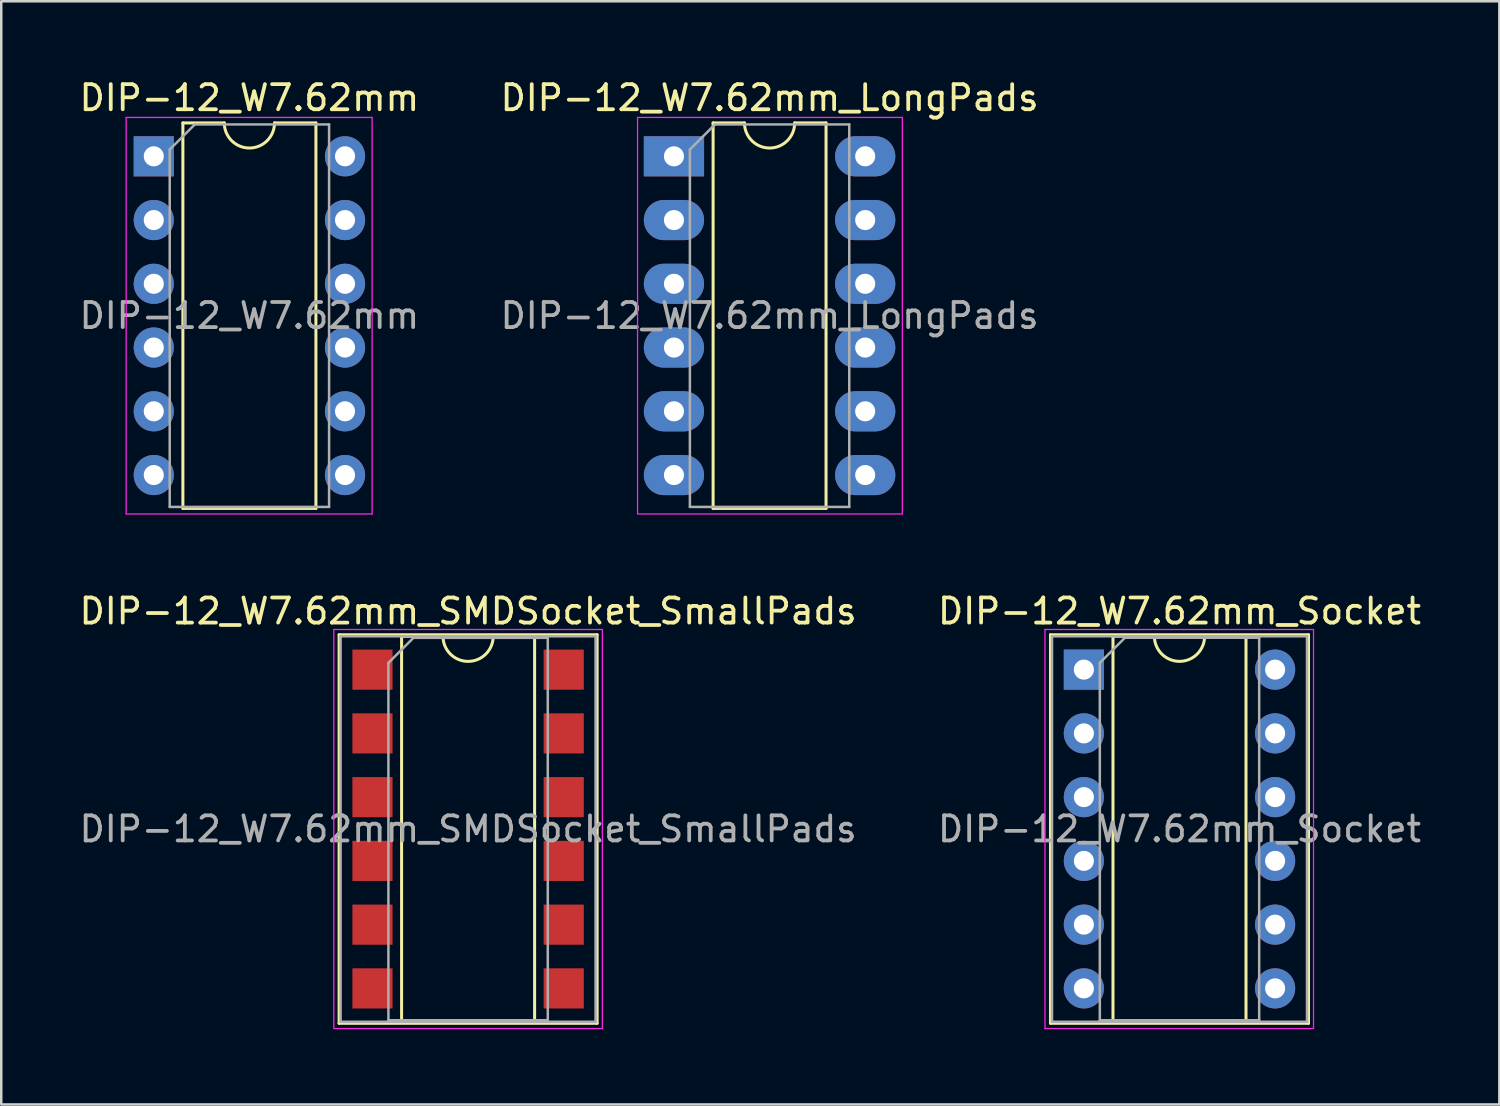
<source format=kicad_pcb>
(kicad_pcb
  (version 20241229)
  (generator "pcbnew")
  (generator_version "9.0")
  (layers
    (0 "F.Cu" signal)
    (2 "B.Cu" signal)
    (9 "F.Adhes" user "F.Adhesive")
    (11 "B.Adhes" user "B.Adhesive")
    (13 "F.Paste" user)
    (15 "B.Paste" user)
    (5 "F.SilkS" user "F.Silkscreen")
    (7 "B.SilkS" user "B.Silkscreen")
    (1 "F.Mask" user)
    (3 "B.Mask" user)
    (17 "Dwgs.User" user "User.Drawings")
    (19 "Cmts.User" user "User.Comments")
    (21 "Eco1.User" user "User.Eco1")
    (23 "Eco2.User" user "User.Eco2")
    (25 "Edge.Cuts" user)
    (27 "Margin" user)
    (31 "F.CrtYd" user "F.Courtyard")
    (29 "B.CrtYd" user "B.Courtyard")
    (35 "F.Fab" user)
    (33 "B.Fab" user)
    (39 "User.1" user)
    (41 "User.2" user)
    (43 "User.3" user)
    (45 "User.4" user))
  (footprint "DIP-12_W7.62mm_SMDSocket_SmallPads"
    (layer "F.Cu")
    (at 15.601 29.982)
    (property "Reference" "DIP-12_W7.62mm_SMDSocket_SmallPads" (at 0 -8.68 0) (layer "F.SilkS") (effects (font (size 1 1) (thickness 0.15))))
    (attr smd)
    (fp_line (start -5.14 -7.74) (end -5.14 7.74) (stroke (width 0.12) (type solid)) (layer "F.SilkS"))
    (fp_line (start -5.14 7.74) (end 5.14 7.74) (stroke (width 0.12) (type solid)) (layer "F.SilkS"))
    (fp_line (start -2.65 -7.68) (end -2.65 7.68) (stroke (width 0.12) (type solid)) (layer "F.SilkS"))
    (fp_line (start -2.65 7.68) (end 2.65 7.68) (stroke (width 0.12) (type solid)) (layer "F.SilkS"))
    (fp_line (start -1 -7.68) (end -2.65 -7.68) (stroke (width 0.12) (type solid)) (layer "F.SilkS"))
    (fp_line (start 2.65 -7.68) (end 1 -7.68) (stroke (width 0.12) (type solid)) (layer "F.SilkS"))
    (fp_line (start 2.65 7.68) (end 2.65 -7.68) (stroke (width 0.12) (type solid)) (layer "F.SilkS"))
    (fp_line (start 5.14 -7.74) (end -5.14 -7.74) (stroke (width 0.12) (type solid)) (layer "F.SilkS"))
    (fp_line (start 5.14 7.74) (end 5.14 -7.74) (stroke (width 0.12) (type solid)) (layer "F.SilkS"))
    (fp_arc (start 1 -7.68) (mid 0 -6.68) (end -1 -7.68) (stroke (width 0.12) (type solid)) (layer "F.SilkS"))
    (fp_line (start -5.35 -7.95) (end -5.35 7.95) (stroke (width 0.05) (type solid)) (layer "F.CrtYd"))
    (fp_line (start -5.35 7.95) (end 5.35 7.95) (stroke (width 0.05) (type solid)) (layer "F.CrtYd"))
    (fp_line (start 5.35 -7.95) (end -5.35 -7.95) (stroke (width 0.05) (type solid)) (layer "F.CrtYd"))
    (fp_line (start 5.35 7.95) (end 5.35 -7.95) (stroke (width 0.05) (type solid)) (layer "F.CrtYd"))
    (fp_line (start -5.08 -7.68) (end -5.08 7.68) (stroke (width 0.1) (type solid)) (layer "F.Fab"))
    (fp_line (start -5.08 7.68) (end 5.08 7.68) (stroke (width 0.1) (type solid)) (layer "F.Fab"))
    (fp_line (start -3.175 -6.62) (end -2.175 -7.62) (stroke (width 0.1) (type solid)) (layer "F.Fab"))
    (fp_line (start -3.175 7.62) (end -3.175 -6.62) (stroke (width 0.1) (type solid)) (layer "F.Fab"))
    (fp_line (start -2.175 -7.62) (end 3.175 -7.62) (stroke (width 0.1) (type solid)) (layer "F.Fab"))
    (fp_line (start 3.175 -7.62) (end 3.175 7.62) (stroke (width 0.1) (type solid)) (layer "F.Fab"))
    (fp_line (start 3.175 7.62) (end -3.175 7.62) (stroke (width 0.1) (type solid)) (layer "F.Fab"))
    (fp_line (start 5.08 -7.68) (end -5.08 -7.68) (stroke (width 0.1) (type solid)) (layer "F.Fab"))
    (fp_line (start 5.08 7.68) (end 5.08 -7.68) (stroke (width 0.1) (type solid)) (layer "F.Fab"))
    (fp_text user "${REFERENCE}" (at 0 0 0) (layer "F.Fab") (effects (font (size 1 1) (thickness 0.15))))
    (pad "1" smd rect (at -3.81 -6.35) (size 1.6 1.6) (layers "F.Cu" "F.Mask" "F.Paste"))
    (pad "2" smd rect (at -3.81 -3.81) (size 1.6 1.6) (layers "F.Cu" "F.Mask" "F.Paste"))
    (pad "3" smd rect (at -3.81 -1.27) (size 1.6 1.6) (layers "F.Cu" "F.Mask" "F.Paste"))
    (pad "4" smd rect (at -3.81 1.27) (size 1.6 1.6) (layers "F.Cu" "F.Mask" "F.Paste"))
    (pad "5" smd rect (at -3.81 3.81) (size 1.6 1.6) (layers "F.Cu" "F.Mask" "F.Paste"))
    (pad "6" smd rect (at -3.81 6.35) (size 1.6 1.6) (layers "F.Cu" "F.Mask" "F.Paste"))
    (pad "7" smd rect (at 3.81 6.35) (size 1.6 1.6) (layers "F.Cu" "F.Mask" "F.Paste"))
    (pad "8" smd rect (at 3.81 3.81) (size 1.6 1.6) (layers "F.Cu" "F.Mask" "F.Paste"))
    (pad "9" smd rect (at 3.81 1.27) (size 1.6 1.6) (layers "F.Cu" "F.Mask" "F.Paste"))
    (pad "10" smd rect (at 3.81 -1.27) (size 1.6 1.6) (layers "F.Cu" "F.Mask" "F.Paste"))
    (pad "11" smd rect (at 3.81 -3.81) (size 1.6 1.6) (layers "F.Cu" "F.Mask" "F.Paste"))
    (pad "12" smd rect (at 3.81 -6.35) (size 1.6 1.6) (layers "F.Cu" "F.Mask" "F.Paste")))
  (footprint "DIP-12_W7.62mm"
    (layer "F.Cu")
    (at 3.077 3.178)
    (property "Reference" "DIP-12_W7.62mm" (at 3.81 -2.33 0) (layer "F.SilkS") (effects (font (size 1 1) (thickness 0.15))))
    (attr through_hole)
    (fp_line (start 1.16 -1.33) (end 1.16 14.03) (stroke (width 0.12) (type solid)) (layer "F.SilkS"))
    (fp_line (start 1.16 14.03) (end 6.46 14.03) (stroke (width 0.12) (type solid)) (layer "F.SilkS"))
    (fp_line (start 2.81 -1.33) (end 1.16 -1.33) (stroke (width 0.12) (type solid)) (layer "F.SilkS"))
    (fp_line (start 6.46 -1.33) (end 4.81 -1.33) (stroke (width 0.12) (type solid)) (layer "F.SilkS"))
    (fp_line (start 6.46 14.03) (end 6.46 -1.33) (stroke (width 0.12) (type solid)) (layer "F.SilkS"))
    (fp_arc (start 4.81 -1.33) (mid 3.81 -0.33) (end 2.81 -1.33) (stroke (width 0.12) (type solid)) (layer "F.SilkS"))
    (fp_line (start -1.1 -1.55) (end -1.1 14.25) (stroke (width 0.05) (type solid)) (layer "F.CrtYd"))
    (fp_line (start -1.1 14.25) (end 8.7 14.25) (stroke (width 0.05) (type solid)) (layer "F.CrtYd"))
    (fp_line (start 8.7 -1.55) (end -1.1 -1.55) (stroke (width 0.05) (type solid)) (layer "F.CrtYd"))
    (fp_line (start 8.7 14.25) (end 8.7 -1.55) (stroke (width 0.05) (type solid)) (layer "F.CrtYd"))
    (fp_line (start 0.635 -0.27) (end 1.635 -1.27) (stroke (width 0.1) (type solid)) (layer "F.Fab"))
    (fp_line (start 0.635 13.97) (end 0.635 -0.27) (stroke (width 0.1) (type solid)) (layer "F.Fab"))
    (fp_line (start 1.635 -1.27) (end 6.985 -1.27) (stroke (width 0.1) (type solid)) (layer "F.Fab"))
    (fp_line (start 6.985 -1.27) (end 6.985 13.97) (stroke (width 0.1) (type solid)) (layer "F.Fab"))
    (fp_line (start 6.985 13.97) (end 0.635 13.97) (stroke (width 0.1) (type solid)) (layer "F.Fab"))
    (fp_text user "${REFERENCE}" (at 3.81 6.35 0) (layer "F.Fab") (effects (font (size 1 1) (thickness 0.15))))
    (pad "1" thru_hole rect (at 0 0) (size 1.6 1.6) (drill 0.8) (layers "*.Cu" "*.Mask"))
    (pad "2" thru_hole oval (at 0 2.54) (size 1.6 1.6) (drill 0.8) (layers "*.Cu" "*.Mask"))
    (pad "3" thru_hole oval (at 0 5.08) (size 1.6 1.6) (drill 0.8) (layers "*.Cu" "*.Mask"))
    (pad "4" thru_hole oval (at 0 7.62) (size 1.6 1.6) (drill 0.8) (layers "*.Cu" "*.Mask"))
    (pad "5" thru_hole oval (at 0 10.16) (size 1.6 1.6) (drill 0.8) (layers "*.Cu" "*.Mask"))
    (pad "6" thru_hole oval (at 0 12.7) (size 1.6 1.6) (drill 0.8) (layers "*.Cu" "*.Mask"))
    (pad "7" thru_hole oval (at 7.62 12.7) (size 1.6 1.6) (drill 0.8) (layers "*.Cu" "*.Mask"))
    (pad "8" thru_hole oval (at 7.62 10.16) (size 1.6 1.6) (drill 0.8) (layers "*.Cu" "*.Mask"))
    (pad "9" thru_hole oval (at 7.62 7.62) (size 1.6 1.6) (drill 0.8) (layers "*.Cu" "*.Mask"))
    (pad "10" thru_hole oval (at 7.62 5.08) (size 1.6 1.6) (drill 0.8) (layers "*.Cu" "*.Mask"))
    (pad "11" thru_hole oval (at 7.62 2.54) (size 1.6 1.6) (drill 0.8) (layers "*.Cu" "*.Mask"))
    (pad "12" thru_hole oval (at 7.62 0) (size 1.6 1.6) (drill 0.8) (layers "*.Cu" "*.Mask")))
  (footprint "DIP-12_W7.62mm_Socket"
    (layer "F.Cu")
    (at 40.136 23.631)
    (property "Reference" "DIP-12_W7.62mm_Socket" (at 3.81 -2.33 0) (layer "F.SilkS") (effects (font (size 1 1) (thickness 0.15))))
    (attr through_hole)
    (fp_line (start -1.33 -1.39) (end -1.33 14.09) (stroke (width 0.12) (type solid)) (layer "F.SilkS"))
    (fp_line (start -1.33 14.09) (end 8.95 14.09) (stroke (width 0.12) (type solid)) (layer "F.SilkS"))
    (fp_line (start 1.16 -1.33) (end 1.16 14.03) (stroke (width 0.12) (type solid)) (layer "F.SilkS"))
    (fp_line (start 1.16 14.03) (end 6.46 14.03) (stroke (width 0.12) (type solid)) (layer "F.SilkS"))
    (fp_line (start 2.81 -1.33) (end 1.16 -1.33) (stroke (width 0.12) (type solid)) (layer "F.SilkS"))
    (fp_line (start 6.46 -1.33) (end 4.81 -1.33) (stroke (width 0.12) (type solid)) (layer "F.SilkS"))
    (fp_line (start 6.46 14.03) (end 6.46 -1.33) (stroke (width 0.12) (type solid)) (layer "F.SilkS"))
    (fp_line (start 8.95 -1.39) (end -1.33 -1.39) (stroke (width 0.12) (type solid)) (layer "F.SilkS"))
    (fp_line (start 8.95 14.09) (end 8.95 -1.39) (stroke (width 0.12) (type solid)) (layer "F.SilkS"))
    (fp_arc (start 4.81 -1.33) (mid 3.81 -0.33) (end 2.81 -1.33) (stroke (width 0.12) (type solid)) (layer "F.SilkS"))
    (fp_line (start -1.55 -1.6) (end -1.55 14.3) (stroke (width 0.05) (type solid)) (layer "F.CrtYd"))
    (fp_line (start -1.55 14.3) (end 9.15 14.3) (stroke (width 0.05) (type solid)) (layer "F.CrtYd"))
    (fp_line (start 9.15 -1.6) (end -1.55 -1.6) (stroke (width 0.05) (type solid)) (layer "F.CrtYd"))
    (fp_line (start 9.15 14.3) (end 9.15 -1.6) (stroke (width 0.05) (type solid)) (layer "F.CrtYd"))
    (fp_line (start -1.27 -1.33) (end -1.27 14.03) (stroke (width 0.1) (type solid)) (layer "F.Fab"))
    (fp_line (start -1.27 14.03) (end 8.89 14.03) (stroke (width 0.1) (type solid)) (layer "F.Fab"))
    (fp_line (start 0.635 -0.27) (end 1.635 -1.27) (stroke (width 0.1) (type solid)) (layer "F.Fab"))
    (fp_line (start 0.635 13.97) (end 0.635 -0.27) (stroke (width 0.1) (type solid)) (layer "F.Fab"))
    (fp_line (start 1.635 -1.27) (end 6.985 -1.27) (stroke (width 0.1) (type solid)) (layer "F.Fab"))
    (fp_line (start 6.985 -1.27) (end 6.985 13.97) (stroke (width 0.1) (type solid)) (layer "F.Fab"))
    (fp_line (start 6.985 13.97) (end 0.635 13.97) (stroke (width 0.1) (type solid)) (layer "F.Fab"))
    (fp_line (start 8.89 -1.33) (end -1.27 -1.33) (stroke (width 0.1) (type solid)) (layer "F.Fab"))
    (fp_line (start 8.89 14.03) (end 8.89 -1.33) (stroke (width 0.1) (type solid)) (layer "F.Fab"))
    (fp_text user "${REFERENCE}" (at 3.81 6.35 0) (layer "F.Fab") (effects (font (size 1 1) (thickness 0.15))))
    (pad "1" thru_hole rect (at 0 0) (size 1.6 1.6) (drill 0.8) (layers "*.Cu" "*.Mask"))
    (pad "2" thru_hole oval (at 0 2.54) (size 1.6 1.6) (drill 0.8) (layers "*.Cu" "*.Mask"))
    (pad "3" thru_hole oval (at 0 5.08) (size 1.6 1.6) (drill 0.8) (layers "*.Cu" "*.Mask"))
    (pad "4" thru_hole oval (at 0 7.62) (size 1.6 1.6) (drill 0.8) (layers "*.Cu" "*.Mask"))
    (pad "5" thru_hole oval (at 0 10.16) (size 1.6 1.6) (drill 0.8) (layers "*.Cu" "*.Mask"))
    (pad "6" thru_hole oval (at 0 12.7) (size 1.6 1.6) (drill 0.8) (layers "*.Cu" "*.Mask"))
    (pad "7" thru_hole oval (at 7.62 12.7) (size 1.6 1.6) (drill 0.8) (layers "*.Cu" "*.Mask"))
    (pad "8" thru_hole oval (at 7.62 10.16) (size 1.6 1.6) (drill 0.8) (layers "*.Cu" "*.Mask"))
    (pad "9" thru_hole oval (at 7.62 7.62) (size 1.6 1.6) (drill 0.8) (layers "*.Cu" "*.Mask"))
    (pad "10" thru_hole oval (at 7.62 5.08) (size 1.6 1.6) (drill 0.8) (layers "*.Cu" "*.Mask"))
    (pad "11" thru_hole oval (at 7.62 2.54) (size 1.6 1.6) (drill 0.8) (layers "*.Cu" "*.Mask"))
    (pad "12" thru_hole oval (at 7.62 0) (size 1.6 1.6) (drill 0.8) (layers "*.Cu" "*.Mask")))
  (footprint "DIP-12_W7.62mm_LongPads"
    (layer "F.Cu")
    (at 23.803 3.178)
    (property "Reference" "DIP-12_W7.62mm_LongPads" (at 3.81 -2.33 0) (layer "F.SilkS") (effects (font (size 1 1) (thickness 0.15))))
    (attr through_hole)
    (fp_line (start 1.56 -1.33) (end 1.56 14.03) (stroke (width 0.12) (type solid)) (layer "F.SilkS"))
    (fp_line (start 1.56 14.03) (end 6.06 14.03) (stroke (width 0.12) (type solid)) (layer "F.SilkS"))
    (fp_line (start 2.81 -1.33) (end 1.56 -1.33) (stroke (width 0.12) (type solid)) (layer "F.SilkS"))
    (fp_line (start 6.06 -1.33) (end 4.81 -1.33) (stroke (width 0.12) (type solid)) (layer "F.SilkS"))
    (fp_line (start 6.06 14.03) (end 6.06 -1.33) (stroke (width 0.12) (type solid)) (layer "F.SilkS"))
    (fp_arc (start 4.81 -1.33) (mid 3.81 -0.33) (end 2.81 -1.33) (stroke (width 0.12) (type solid)) (layer "F.SilkS"))
    (fp_line (start -1.45 -1.55) (end -1.45 14.25) (stroke (width 0.05) (type solid)) (layer "F.CrtYd"))
    (fp_line (start -1.45 14.25) (end 9.1 14.25) (stroke (width 0.05) (type solid)) (layer "F.CrtYd"))
    (fp_line (start 9.1 -1.55) (end -1.45 -1.55) (stroke (width 0.05) (type solid)) (layer "F.CrtYd"))
    (fp_line (start 9.1 14.25) (end 9.1 -1.55) (stroke (width 0.05) (type solid)) (layer "F.CrtYd"))
    (fp_line (start 0.635 -0.27) (end 1.635 -1.27) (stroke (width 0.1) (type solid)) (layer "F.Fab"))
    (fp_line (start 0.635 13.97) (end 0.635 -0.27) (stroke (width 0.1) (type solid)) (layer "F.Fab"))
    (fp_line (start 1.635 -1.27) (end 6.985 -1.27) (stroke (width 0.1) (type solid)) (layer "F.Fab"))
    (fp_line (start 6.985 -1.27) (end 6.985 13.97) (stroke (width 0.1) (type solid)) (layer "F.Fab"))
    (fp_line (start 6.985 13.97) (end 0.635 13.97) (stroke (width 0.1) (type solid)) (layer "F.Fab"))
    (fp_text user "${REFERENCE}" (at 3.81 6.35 0) (layer "F.Fab") (effects (font (size 1 1) (thickness 0.15))))
    (pad "1" thru_hole rect (at 0 0) (size 2.4 1.6) (drill 0.8) (layers "*.Cu" "*.Mask"))
    (pad "2" thru_hole oval (at 0 2.54) (size 2.4 1.6) (drill 0.8) (layers "*.Cu" "*.Mask"))
    (pad "3" thru_hole oval (at 0 5.08) (size 2.4 1.6) (drill 0.8) (layers "*.Cu" "*.Mask"))
    (pad "4" thru_hole oval (at 0 7.62) (size 2.4 1.6) (drill 0.8) (layers "*.Cu" "*.Mask"))
    (pad "5" thru_hole oval (at 0 10.16) (size 2.4 1.6) (drill 0.8) (layers "*.Cu" "*.Mask"))
    (pad "6" thru_hole oval (at 0 12.7) (size 2.4 1.6) (drill 0.8) (layers "*.Cu" "*.Mask"))
    (pad "7" thru_hole oval (at 7.62 12.7) (size 2.4 1.6) (drill 0.8) (layers "*.Cu" "*.Mask"))
    (pad "8" thru_hole oval (at 7.62 10.16) (size 2.4 1.6) (drill 0.8) (layers "*.Cu" "*.Mask"))
    (pad "9" thru_hole oval (at 7.62 7.62) (size 2.4 1.6) (drill 0.8) (layers "*.Cu" "*.Mask"))
    (pad "10" thru_hole oval (at 7.62 5.08) (size 2.4 1.6) (drill 0.8) (layers "*.Cu" "*.Mask"))
    (pad "11" thru_hole oval (at 7.62 2.54) (size 2.4 1.6) (drill 0.8) (layers "*.Cu" "*.Mask"))
    (pad "12" thru_hole oval (at 7.62 0) (size 2.4 1.6) (drill 0.8) (layers "*.Cu" "*.Mask")))
  (gr_rect
    (start -3 -3)
    (end 56.69 40.956)
    (stroke (width 0.1) (type default))
    (fill no)
    (layer "Edge.Cuts")))
</source>
